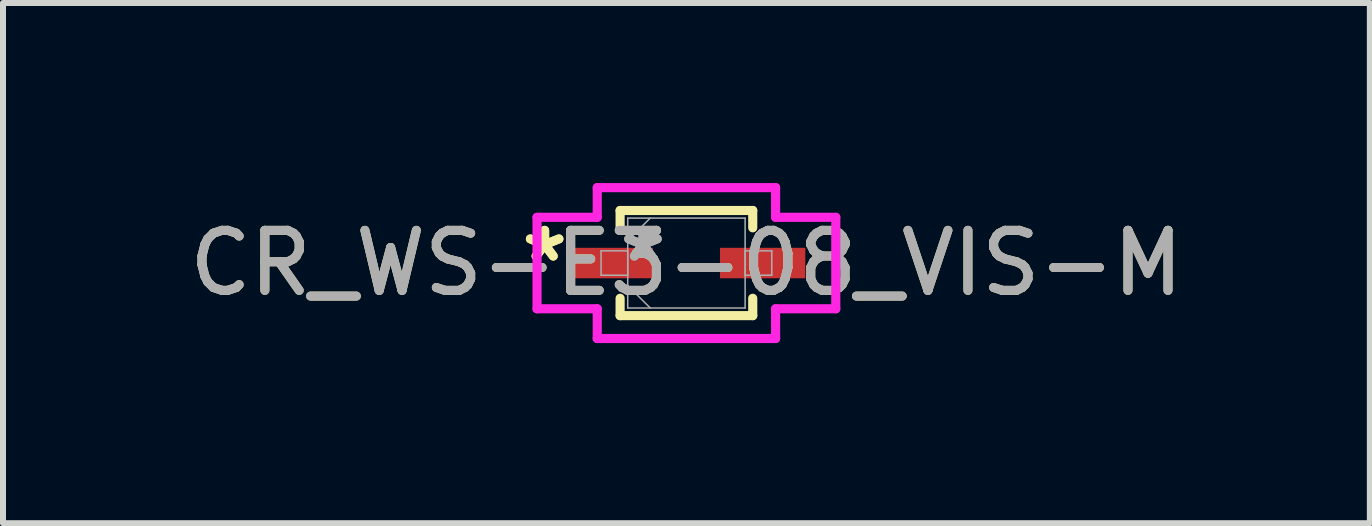
<source format=kicad_pcb>
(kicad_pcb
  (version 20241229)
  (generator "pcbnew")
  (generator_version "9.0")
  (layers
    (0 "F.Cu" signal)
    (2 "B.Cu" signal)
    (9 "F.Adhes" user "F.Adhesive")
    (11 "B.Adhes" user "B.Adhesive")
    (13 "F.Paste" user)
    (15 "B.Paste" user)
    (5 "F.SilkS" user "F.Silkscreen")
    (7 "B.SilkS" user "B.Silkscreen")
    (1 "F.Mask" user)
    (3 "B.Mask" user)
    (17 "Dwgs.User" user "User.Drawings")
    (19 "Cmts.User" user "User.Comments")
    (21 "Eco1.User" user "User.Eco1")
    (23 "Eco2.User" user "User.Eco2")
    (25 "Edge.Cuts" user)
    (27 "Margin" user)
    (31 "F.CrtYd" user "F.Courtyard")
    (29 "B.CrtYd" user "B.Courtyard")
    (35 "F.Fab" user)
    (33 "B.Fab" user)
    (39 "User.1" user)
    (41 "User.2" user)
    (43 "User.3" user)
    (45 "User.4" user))
  (footprint "CR_WS-E3-08_VIS-M"
    (layer "F.Cu")
    (at 8.387 1.333)
    (property "Reference" "CR_WS-E3-08_VIS-M" (at 0 0 0) (unlocked yes) (layer "F.SilkS") (effects (font (size 1 1) (thickness 0.15))))
    (attr smd)
    (fp_line (start -1.105 -0.876) (end -1.105 -0.587) (stroke (width 0.152) (type solid)) (layer "F.SilkS"))
    (fp_line (start -1.105 0.587) (end -1.105 0.876) (stroke (width 0.152) (type solid)) (layer "F.SilkS"))
    (fp_line (start -1.105 0.876) (end 1.105 0.876) (stroke (width 0.152) (type solid)) (layer "F.SilkS"))
    (fp_line (start 1.105 -0.876) (end -1.105 -0.876) (stroke (width 0.152) (type solid)) (layer "F.SilkS"))
    (fp_line (start 1.105 -0.587) (end 1.105 -0.876) (stroke (width 0.152) (type solid)) (layer "F.SilkS"))
    (fp_line (start 1.105 0.876) (end 1.105 0.587) (stroke (width 0.152) (type solid)) (layer "F.SilkS"))
    (fp_line (start -2.489 -0.762) (end -1.486 -0.762) (stroke (width 0.152) (type solid)) (layer "F.CrtYd"))
    (fp_line (start -2.489 0.762) (end -2.489 -0.762) (stroke (width 0.152) (type solid)) (layer "F.CrtYd"))
    (fp_line (start -1.486 -1.257) (end 1.486 -1.257) (stroke (width 0.152) (type solid)) (layer "F.CrtYd"))
    (fp_line (start -1.486 -0.762) (end -1.486 -1.257) (stroke (width 0.152) (type solid)) (layer "F.CrtYd"))
    (fp_line (start -1.486 0.762) (end -2.489 0.762) (stroke (width 0.152) (type solid)) (layer "F.CrtYd"))
    (fp_line (start -1.486 1.257) (end -1.486 0.762) (stroke (width 0.152) (type solid)) (layer "F.CrtYd"))
    (fp_line (start 1.486 -1.257) (end 1.486 -0.762) (stroke (width 0.152) (type solid)) (layer "F.CrtYd"))
    (fp_line (start 1.486 -0.762) (end 2.489 -0.762) (stroke (width 0.152) (type solid)) (layer "F.CrtYd"))
    (fp_line (start 1.486 0.762) (end 1.486 1.257) (stroke (width 0.152) (type solid)) (layer "F.CrtYd"))
    (fp_line (start 1.486 1.257) (end -1.486 1.257) (stroke (width 0.152) (type solid)) (layer "F.CrtYd"))
    (fp_line (start 2.489 -0.762) (end 2.489 0.762) (stroke (width 0.152) (type solid)) (layer "F.CrtYd"))
    (fp_line (start 2.489 0.762) (end 1.486 0.762) (stroke (width 0.152) (type solid)) (layer "F.CrtYd"))
    (fp_line (start -1.422 -0.203) (end -1.422 0.203) (stroke (width 0.025) (type solid)) (layer "F.Fab"))
    (fp_line (start -1.422 0.203) (end -0.978 0.203) (stroke (width 0.025) (type solid)) (layer "F.Fab"))
    (fp_line (start -0.978 -0.749) (end -0.978 0.749) (stroke (width 0.025) (type solid)) (layer "F.Fab"))
    (fp_line (start -0.978 -0.375) (end -0.603 -0.749) (stroke (width 0.025) (type solid)) (layer "F.Fab"))
    (fp_line (start -0.978 -0.203) (end -1.422 -0.203) (stroke (width 0.025) (type solid)) (layer "F.Fab"))
    (fp_line (start -0.978 0.203) (end -0.978 -0.203) (stroke (width 0.025) (type solid)) (layer "F.Fab"))
    (fp_line (start -0.978 0.375) (end -0.603 0.749) (stroke (width 0.025) (type solid)) (layer "F.Fab"))
    (fp_line (start -0.978 0.749) (end 0.978 0.749) (stroke (width 0.025) (type solid)) (layer "F.Fab"))
    (fp_line (start 0.978 -0.749) (end -0.978 -0.749) (stroke (width 0.025) (type solid)) (layer "F.Fab"))
    (fp_line (start 0.978 -0.203) (end 0.978 0.203) (stroke (width 0.025) (type solid)) (layer "F.Fab"))
    (fp_line (start 0.978 0.203) (end 1.422 0.203) (stroke (width 0.025) (type solid)) (layer "F.Fab"))
    (fp_line (start 0.978 0.749) (end 0.978 -0.749) (stroke (width 0.025) (type solid)) (layer "F.Fab"))
    (fp_line (start 1.422 -0.203) (end 0.978 -0.203) (stroke (width 0.025) (type solid)) (layer "F.Fab"))
    (fp_line (start 1.422 0.203) (end 1.422 -0.203) (stroke (width 0.025) (type solid)) (layer "F.Fab"))
    (fp_text user "*" (at -2.362 0 0) (layer "F.SilkS") (effects (font (size 1 1) (thickness 0.15))))
    (fp_text user "*" (at -2.362 0 0) (unlocked yes) (layer "F.SilkS") (effects (font (size 1 1) (thickness 0.15))))
    (fp_text user "*" (at -0.724 0 0) (unlocked yes) (layer "F.Fab") (effects (font (size 1 1) (thickness 0.15))))
    (fp_text user "*" (at -0.724 0 0) (layer "F.Fab") (effects (font (size 1 1) (thickness 0.15))))
    (fp_text user "${REFERENCE}" (at 0 0 0) (unlocked yes) (layer "F.Fab") (effects (font (size 1 1) (thickness 0.15))))
    (pad "1" smd rect (at -1.27 0) (size 1.422 0.508) (layers "F.Cu" "F.Mask" "F.Paste"))
    (pad "2" smd rect (at 1.27 0) (size 1.422 0.508) (layers "F.Cu" "F.Mask" "F.Paste")))
  (gr_rect
    (start -3 -3)
    (end 19.774 5.667)
    (stroke (width 0.1) (type default))
    (fill no)
    (layer "Edge.Cuts")))
</source>
